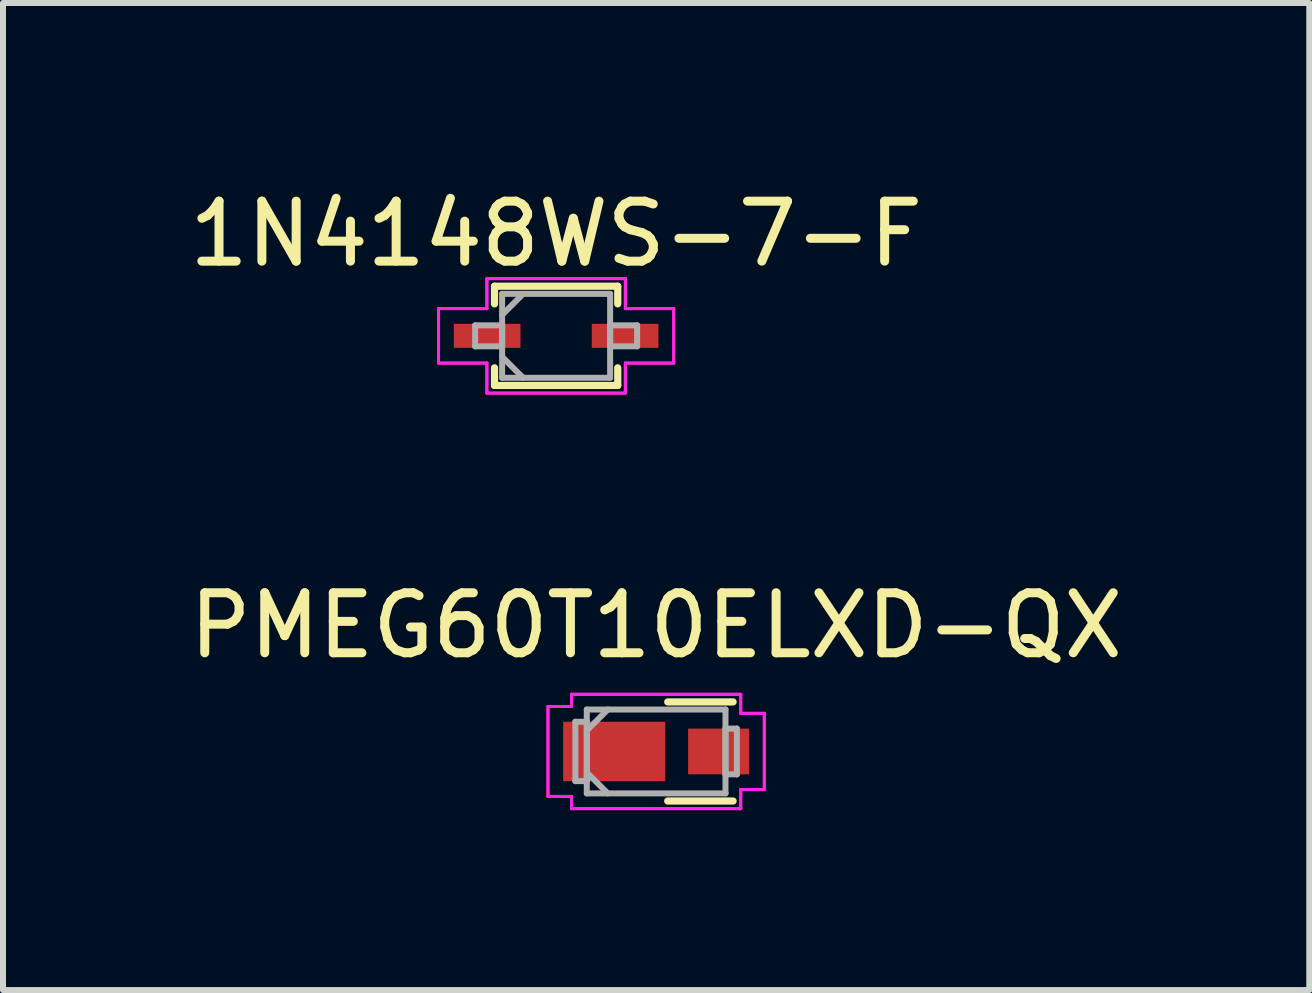
<source format=kicad_pcb>
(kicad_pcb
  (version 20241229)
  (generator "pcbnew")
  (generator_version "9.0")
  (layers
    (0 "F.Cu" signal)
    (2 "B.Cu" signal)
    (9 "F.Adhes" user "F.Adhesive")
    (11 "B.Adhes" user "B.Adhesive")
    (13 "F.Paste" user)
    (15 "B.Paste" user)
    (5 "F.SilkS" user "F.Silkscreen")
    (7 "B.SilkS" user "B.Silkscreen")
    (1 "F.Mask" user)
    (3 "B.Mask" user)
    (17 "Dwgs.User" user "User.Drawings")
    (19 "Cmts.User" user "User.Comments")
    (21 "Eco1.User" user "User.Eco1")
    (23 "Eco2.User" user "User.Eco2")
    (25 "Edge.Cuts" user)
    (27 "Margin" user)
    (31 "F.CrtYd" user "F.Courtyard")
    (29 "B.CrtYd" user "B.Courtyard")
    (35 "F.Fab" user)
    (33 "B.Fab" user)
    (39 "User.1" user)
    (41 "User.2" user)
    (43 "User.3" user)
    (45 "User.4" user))
  (footprint "PMEG60T10ELXD-QX"
    (layer "F.Cu")
    (at 7.887 9.476)
    (property "Reference" "PMEG60T10ELXD-QX" (at 0 -2.1 0) (layer "F.SilkS") (effects (font (size 1 1) (thickness 0.15))))
    (attr smd)
    (fp_line (start 0.193 0.826) (end 1.283 0.826) (stroke (width 0.12) (type solid)) (layer "F.SilkS"))
    (fp_line (start 1.283 -0.826) (end 0.193 -0.826) (stroke (width 0.12) (type solid)) (layer "F.SilkS"))
    (fp_line (start -1.803 -0.749) (end -1.41 -0.749) (stroke (width 0.05) (type solid)) (layer "F.CrtYd"))
    (fp_line (start -1.803 -0.749) (end -1.41 -0.749) (stroke (width 0.05) (type solid)) (layer "F.CrtYd"))
    (fp_line (start -1.803 0.749) (end -1.803 -0.749) (stroke (width 0.05) (type solid)) (layer "F.CrtYd"))
    (fp_line (start -1.803 0.749) (end -1.803 -0.749) (stroke (width 0.05) (type solid)) (layer "F.CrtYd"))
    (fp_line (start -1.41 -0.953) (end 1.41 -0.953) (stroke (width 0.05) (type solid)) (layer "F.CrtYd"))
    (fp_line (start -1.41 -0.953) (end 1.41 -0.953) (stroke (width 0.05) (type solid)) (layer "F.CrtYd"))
    (fp_line (start -1.41 -0.749) (end -1.41 -0.953) (stroke (width 0.05) (type solid)) (layer "F.CrtYd"))
    (fp_line (start -1.41 -0.749) (end -1.41 -0.953) (stroke (width 0.05) (type solid)) (layer "F.CrtYd"))
    (fp_line (start -1.41 0.749) (end -1.803 0.749) (stroke (width 0.05) (type solid)) (layer "F.CrtYd"))
    (fp_line (start -1.41 0.749) (end -1.803 0.749) (stroke (width 0.05) (type solid)) (layer "F.CrtYd"))
    (fp_line (start -1.41 0.953) (end -1.41 0.749) (stroke (width 0.05) (type solid)) (layer "F.CrtYd"))
    (fp_line (start -1.41 0.953) (end -1.41 0.749) (stroke (width 0.05) (type solid)) (layer "F.CrtYd"))
    (fp_line (start 1.41 -0.953) (end 1.41 -0.635) (stroke (width 0.05) (type solid)) (layer "F.CrtYd"))
    (fp_line (start 1.41 -0.953) (end 1.41 -0.635) (stroke (width 0.05) (type solid)) (layer "F.CrtYd"))
    (fp_line (start 1.41 -0.635) (end 1.803 -0.635) (stroke (width 0.05) (type solid)) (layer "F.CrtYd"))
    (fp_line (start 1.41 -0.635) (end 1.803 -0.635) (stroke (width 0.05) (type solid)) (layer "F.CrtYd"))
    (fp_line (start 1.41 0.635) (end 1.41 0.953) (stroke (width 0.05) (type solid)) (layer "F.CrtYd"))
    (fp_line (start 1.41 0.635) (end 1.41 0.953) (stroke (width 0.05) (type solid)) (layer "F.CrtYd"))
    (fp_line (start 1.41 0.953) (end -1.41 0.953) (stroke (width 0.05) (type solid)) (layer "F.CrtYd"))
    (fp_line (start 1.41 0.953) (end -1.41 0.953) (stroke (width 0.05) (type solid)) (layer "F.CrtYd"))
    (fp_line (start 1.803 -0.635) (end 1.803 0.635) (stroke (width 0.05) (type solid)) (layer "F.CrtYd"))
    (fp_line (start 1.803 -0.635) (end 1.803 0.635) (stroke (width 0.05) (type solid)) (layer "F.CrtYd"))
    (fp_line (start 1.803 0.635) (end 1.41 0.635) (stroke (width 0.05) (type solid)) (layer "F.CrtYd"))
    (fp_line (start 1.803 0.635) (end 1.41 0.635) (stroke (width 0.05) (type solid)) (layer "F.CrtYd"))
    (fp_line (start -1.346 -0.495) (end -1.346 0.495) (stroke (width 0.1) (type solid)) (layer "F.Fab"))
    (fp_line (start -1.346 0.495) (end -1.156 0.495) (stroke (width 0.1) (type solid)) (layer "F.Fab"))
    (fp_line (start -1.156 -0.699) (end -1.156 0.699) (stroke (width 0.1) (type solid)) (layer "F.Fab"))
    (fp_line (start -1.156 -0.495) (end -1.346 -0.495) (stroke (width 0.1) (type solid)) (layer "F.Fab"))
    (fp_line (start -1.156 -0.349) (end -0.806 -0.699) (stroke (width 0.1) (type solid)) (layer "F.Fab"))
    (fp_line (start -1.156 0.349) (end -0.806 0.699) (stroke (width 0.1) (type solid)) (layer "F.Fab"))
    (fp_line (start -1.156 0.495) (end -1.156 -0.495) (stroke (width 0.1) (type solid)) (layer "F.Fab"))
    (fp_line (start -1.156 0.699) (end 1.156 0.699) (stroke (width 0.1) (type solid)) (layer "F.Fab"))
    (fp_line (start 1.156 -0.699) (end -1.156 -0.699) (stroke (width 0.1) (type solid)) (layer "F.Fab"))
    (fp_line (start 1.156 -0.381) (end 1.156 0.381) (stroke (width 0.1) (type solid)) (layer "F.Fab"))
    (fp_line (start 1.156 0.381) (end 1.346 0.381) (stroke (width 0.1) (type solid)) (layer "F.Fab"))
    (fp_line (start 1.156 0.699) (end 1.156 -0.699) (stroke (width 0.1) (type solid)) (layer "F.Fab"))
    (fp_line (start 1.346 -0.381) (end 1.156 -0.381) (stroke (width 0.1) (type solid)) (layer "F.Fab"))
    (fp_line (start 1.346 0.381) (end 1.346 -0.381) (stroke (width 0.1) (type solid)) (layer "F.Fab"))
    (pad "1" smd rect (at -0.699 0) (size 1.702 0.991) (layers "F.Cu" "F.Mask" "F.Paste"))
    (pad "2" smd rect (at 1.041 0) (size 1.016 0.762) (layers "F.Cu" "F.Mask" "F.Paste")))
  (footprint "1N4148WS-7-F"
    (layer "F.Cu")
    (at 6.22 2.548)
    (property "Reference" "1N4148WS-7-F" (at 0 -1.7 0) (layer "F.SilkS") (effects (font (size 1 1) (thickness 0.15))))
    (attr smd)
    (fp_line (start -1.027 -0.827) (end -1.027 -0.533) (stroke (width 0.12) (type solid)) (layer "F.SilkS"))
    (fp_line (start -1.027 0.533) (end -1.027 0.827) (stroke (width 0.12) (type solid)) (layer "F.SilkS"))
    (fp_line (start -1.027 0.827) (end 1.027 0.827) (stroke (width 0.12) (type solid)) (layer "F.SilkS"))
    (fp_line (start 1.027 -0.827) (end -1.027 -0.827) (stroke (width 0.12) (type solid)) (layer "F.SilkS"))
    (fp_line (start 1.027 -0.533) (end 1.027 -0.827) (stroke (width 0.12) (type solid)) (layer "F.SilkS"))
    (fp_line (start 1.027 0.827) (end 1.027 0.533) (stroke (width 0.12) (type solid)) (layer "F.SilkS"))
    (fp_line (start -1.96 -0.454) (end -1.154 -0.454) (stroke (width 0.05) (type solid)) (layer "F.CrtYd"))
    (fp_line (start -1.96 -0.454) (end -1.154 -0.454) (stroke (width 0.05) (type solid)) (layer "F.CrtYd"))
    (fp_line (start -1.96 0.454) (end -1.96 -0.454) (stroke (width 0.05) (type solid)) (layer "F.CrtYd"))
    (fp_line (start -1.96 0.454) (end -1.96 -0.454) (stroke (width 0.05) (type solid)) (layer "F.CrtYd"))
    (fp_line (start -1.154 -0.954) (end 1.154 -0.954) (stroke (width 0.05) (type solid)) (layer "F.CrtYd"))
    (fp_line (start -1.154 -0.954) (end 1.154 -0.954) (stroke (width 0.05) (type solid)) (layer "F.CrtYd"))
    (fp_line (start -1.154 -0.454) (end -1.154 -0.954) (stroke (width 0.05) (type solid)) (layer "F.CrtYd"))
    (fp_line (start -1.154 -0.454) (end -1.154 -0.954) (stroke (width 0.05) (type solid)) (layer "F.CrtYd"))
    (fp_line (start -1.154 0.454) (end -1.96 0.454) (stroke (width 0.05) (type solid)) (layer "F.CrtYd"))
    (fp_line (start -1.154 0.454) (end -1.96 0.454) (stroke (width 0.05) (type solid)) (layer "F.CrtYd"))
    (fp_line (start -1.154 0.954) (end -1.154 0.454) (stroke (width 0.05) (type solid)) (layer "F.CrtYd"))
    (fp_line (start -1.154 0.954) (end -1.154 0.454) (stroke (width 0.05) (type solid)) (layer "F.CrtYd"))
    (fp_line (start 1.154 -0.954) (end 1.154 -0.454) (stroke (width 0.05) (type solid)) (layer "F.CrtYd"))
    (fp_line (start 1.154 -0.954) (end 1.154 -0.454) (stroke (width 0.05) (type solid)) (layer "F.CrtYd"))
    (fp_line (start 1.154 -0.454) (end 1.96 -0.454) (stroke (width 0.05) (type solid)) (layer "F.CrtYd"))
    (fp_line (start 1.154 -0.454) (end 1.96 -0.454) (stroke (width 0.05) (type solid)) (layer "F.CrtYd"))
    (fp_line (start 1.154 0.454) (end 1.154 0.954) (stroke (width 0.05) (type solid)) (layer "F.CrtYd"))
    (fp_line (start 1.154 0.454) (end 1.154 0.954) (stroke (width 0.05) (type solid)) (layer "F.CrtYd"))
    (fp_line (start 1.154 0.954) (end -1.154 0.954) (stroke (width 0.05) (type solid)) (layer "F.CrtYd"))
    (fp_line (start 1.154 0.954) (end -1.154 0.954) (stroke (width 0.05) (type solid)) (layer "F.CrtYd"))
    (fp_line (start 1.96 -0.454) (end 1.96 0.454) (stroke (width 0.05) (type solid)) (layer "F.CrtYd"))
    (fp_line (start 1.96 -0.454) (end 1.96 0.454) (stroke (width 0.05) (type solid)) (layer "F.CrtYd"))
    (fp_line (start 1.96 0.454) (end 1.154 0.454) (stroke (width 0.05) (type solid)) (layer "F.CrtYd"))
    (fp_line (start 1.96 0.454) (end 1.154 0.454) (stroke (width 0.05) (type solid)) (layer "F.CrtYd"))
    (fp_line (start -1.35 -0.175) (end -1.35 0.175) (stroke (width 0.1) (type solid)) (layer "F.Fab"))
    (fp_line (start -1.35 0.175) (end -0.9 0.175) (stroke (width 0.1) (type solid)) (layer "F.Fab"))
    (fp_line (start -0.9 -0.7) (end -0.9 0.7) (stroke (width 0.1) (type solid)) (layer "F.Fab"))
    (fp_line (start -0.9 -0.35) (end -0.55 -0.7) (stroke (width 0.1) (type solid)) (layer "F.Fab"))
    (fp_line (start -0.9 -0.175) (end -1.35 -0.175) (stroke (width 0.1) (type solid)) (layer "F.Fab"))
    (fp_line (start -0.9 0.175) (end -0.9 -0.175) (stroke (width 0.1) (type solid)) (layer "F.Fab"))
    (fp_line (start -0.9 0.35) (end -0.55 0.7) (stroke (width 0.1) (type solid)) (layer "F.Fab"))
    (fp_line (start -0.9 0.7) (end 0.9 0.7) (stroke (width 0.1) (type solid)) (layer "F.Fab"))
    (fp_line (start 0.9 -0.7) (end -0.9 -0.7) (stroke (width 0.1) (type solid)) (layer "F.Fab"))
    (fp_line (start 0.9 -0.175) (end 0.9 0.175) (stroke (width 0.1) (type solid)) (layer "F.Fab"))
    (fp_line (start 0.9 0.175) (end 1.35 0.175) (stroke (width 0.1) (type solid)) (layer "F.Fab"))
    (fp_line (start 0.9 0.7) (end 0.9 -0.7) (stroke (width 0.1) (type solid)) (layer "F.Fab"))
    (fp_line (start 1.35 -0.175) (end 0.9 -0.175) (stroke (width 0.1) (type solid)) (layer "F.Fab"))
    (fp_line (start 1.35 0.175) (end 1.35 -0.175) (stroke (width 0.1) (type solid)) (layer "F.Fab"))
    (pad "1" smd rect (at -1.15 0) (size 1.111 0.401) (layers "F.Cu" "F.Mask" "F.Paste"))
    (pad "2" smd rect (at 1.15 0) (size 1.111 0.401) (layers "F.Cu" "F.Mask" "F.Paste")))
  (gr_rect
    (start -3 -3)
    (end 18.774 13.453)
    (stroke (width 0.1) (type default))
    (fill no)
    (layer "Edge.Cuts")))
</source>
